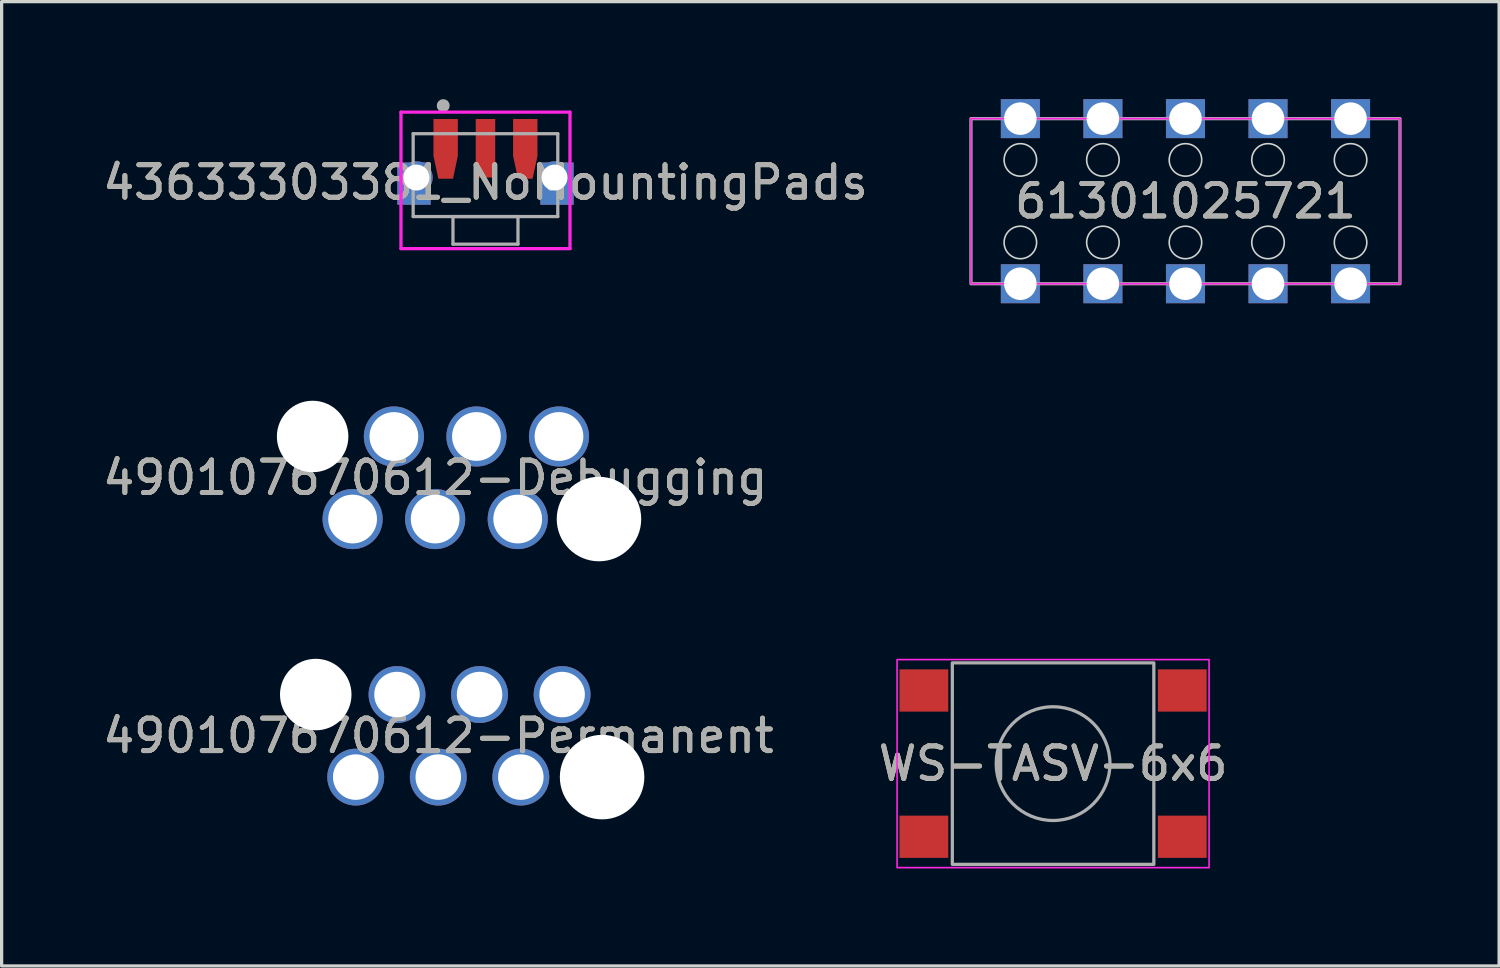
<source format=kicad_pcb>
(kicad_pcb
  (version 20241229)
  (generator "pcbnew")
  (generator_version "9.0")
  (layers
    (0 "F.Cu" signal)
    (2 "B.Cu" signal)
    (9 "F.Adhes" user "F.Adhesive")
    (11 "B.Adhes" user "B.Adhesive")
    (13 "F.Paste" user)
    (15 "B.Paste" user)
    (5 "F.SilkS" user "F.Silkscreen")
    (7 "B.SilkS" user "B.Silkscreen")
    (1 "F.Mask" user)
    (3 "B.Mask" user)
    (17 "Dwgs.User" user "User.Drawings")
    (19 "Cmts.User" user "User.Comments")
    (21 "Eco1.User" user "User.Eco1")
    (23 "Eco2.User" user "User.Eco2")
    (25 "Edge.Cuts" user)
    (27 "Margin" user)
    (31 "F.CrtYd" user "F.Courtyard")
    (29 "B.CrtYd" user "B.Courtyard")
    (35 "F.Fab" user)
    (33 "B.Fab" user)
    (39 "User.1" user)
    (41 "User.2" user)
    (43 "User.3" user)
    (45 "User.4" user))
  (footprint "61301025721"
    (layer "F.Cu")
    (at 33.424 3.14)
    (property "Reference" "61301025721" (at 0 0 0) (unlocked yes) (layer "F.SilkS") (effects (font (size 1 1) (thickness 0.15))))
    (attr through_hole)
    (fp_circle (center -5.08 -1.27) (end -4.58 -1.27) (stroke (width 0.05) (type solid)) (fill no) (layer "Edge.Cuts"))
    (fp_circle (center -5.08 1.27) (end -4.58 1.27) (stroke (width 0.05) (type solid)) (fill no) (layer "Edge.Cuts"))
    (fp_circle (center -2.54 -1.27) (end -2.04 -1.27) (stroke (width 0.05) (type solid)) (fill no) (layer "Edge.Cuts"))
    (fp_circle (center -2.54 1.27) (end -2.04 1.27) (stroke (width 0.05) (type solid)) (fill no) (layer "Edge.Cuts"))
    (fp_circle (center 0 -1.27) (end 0.5 -1.27) (stroke (width 0.05) (type solid)) (fill no) (layer "Edge.Cuts"))
    (fp_circle (center 0 1.27) (end 0.5 1.27) (stroke (width 0.05) (type solid)) (fill no) (layer "Edge.Cuts"))
    (fp_circle (center 2.54 -1.27) (end 3.04 -1.27) (stroke (width 0.05) (type solid)) (fill no) (layer "Edge.Cuts"))
    (fp_circle (center 2.54 1.27) (end 3.04 1.27) (stroke (width 0.05) (type solid)) (fill no) (layer "Edge.Cuts"))
    (fp_circle (center 5.08 -1.27) (end 5.58 -1.27) (stroke (width 0.05) (type solid)) (fill no) (layer "Edge.Cuts"))
    (fp_circle (center 5.08 1.27) (end 5.58 1.27) (stroke (width 0.05) (type solid)) (fill no) (layer "Edge.Cuts"))
    (fp_rect (start -6.6 -2.54) (end 6.6 2.54) (stroke (width 0.05) (type default)) (fill no) (layer "F.CrtYd"))
    (fp_rect (start -6.6 -2.54) (end 6.6 2.54) (stroke (width 0.1) (type default)) (fill no) (layer "F.Fab"))
    (fp_text user "${REFERENCE}" (at 0 0 0) (unlocked yes) (layer "F.Fab") (effects (font (size 1 1) (thickness 0.15))))
    (pad "1" thru_hole rect (at -5.08 2.54) (size 1.2 1.2) (drill 1) (layers "*.Cu" "*.Mask"))
    (pad "2" thru_hole rect (at -5.08 -2.54) (size 1.2 1.2) (drill 1) (layers "*.Cu" "*.Mask"))
    (pad "3" thru_hole rect (at -2.54 2.54) (size 1.2 1.2) (drill 1) (layers "*.Cu" "*.Mask"))
    (pad "4" thru_hole rect (at -2.54 -2.54) (size 1.2 1.2) (drill 1) (layers "*.Cu" "*.Mask"))
    (pad "5" thru_hole rect (at 0 2.54) (size 1.2 1.2) (drill 1) (layers "*.Cu" "*.Mask"))
    (pad "6" thru_hole rect (at 0 -2.54) (size 1.2 1.2) (drill 1) (layers "*.Cu" "*.Mask"))
    (pad "7" thru_hole rect (at 2.54 2.54) (size 1.2 1.2) (drill 1) (layers "*.Cu" "*.Mask"))
    (pad "8" thru_hole rect (at 2.54 -2.54) (size 1.2 1.2) (drill 1) (layers "*.Cu" "*.Mask"))
    (pad "9" thru_hole rect (at 5.08 2.54) (size 1.2 1.2) (drill 1) (layers "*.Cu" "*.Mask"))
    (pad "10" thru_hole rect (at 5.08 -2.54) (size 1.2 1.2) (drill 1) (layers "*.Cu" "*.Mask")))
  (footprint "490107670612-Permanent"
    (layer "F.Cu")
    (at 10.435 19.59)
    (property "Reference" "490107670612-Permanent" (at 0 0 0) (unlocked yes) (layer "F.SilkS") (effects (font (size 1 1) (thickness 0.15))))
    (attr smd)
    (fp_text user "${REFERENCE}" (at 0 0 0) (unlocked yes) (layer "F.Fab") (effects (font (size 1 1) (thickness 0.15))))
    (pad "" np_thru_hole circle (at -3.77 -1.27) (size 2.2 2.2) (drill 2.2) (layers "*.Cu" "*.Mask"))
    (pad "" np_thru_hole circle (at 5.04 1.27) (size 2.6 2.6) (drill 2.6) (layers "*.Cu" "*.Mask"))
    (pad "1" thru_hole circle (at 3.81 -1.27) (size 1.75 1.75) (drill 1.4) (layers "*.Cu" "*.Mask"))
    (pad "3" thru_hole circle (at 1.27 -1.27) (size 1.75 1.75) (drill 1.4) (layers "*.Cu" "*.Mask"))
    (pad "3" thru_hole circle (at 2.54 1.27) (size 1.75 1.75) (drill 1.4) (layers "*.Cu" "*.Mask"))
    (pad "4" thru_hole circle (at 0 1.27) (size 1.75 1.75) (drill 1.4) (layers "*.Cu" "*.Mask"))
    (pad "5" thru_hole circle (at -1.27 -1.27) (size 1.75 1.75) (drill 1.4) (layers "*.Cu" "*.Mask"))
    (pad "6" thru_hole circle (at -2.54 1.27) (size 1.75 1.75) (drill 1.4) (layers "*.Cu" "*.Mask")))
  (footprint "WS-TASV-6x6"
    (layer "F.Cu")
    (at 29.351 20.445)
    (property "Reference" "WS-TASV-6x6" (at 0 0 0) (unlocked yes) (layer "F.SilkS") (effects (font (size 1 1) (thickness 0.15))))
    (attr smd)
    (fp_rect (start -4.8 -3.2) (end 4.8 3.2) (stroke (width 0.05) (type default)) (fill no) (layer "F.CrtYd"))
    (fp_rect (start -3.1 -3.1) (end 3.1 3.1) (stroke (width 0.1) (type default)) (fill no) (layer "F.Fab"))
    (fp_circle (center 0 0) (end 1.75 0) (stroke (width 0.1) (type default)) (fill no) (layer "F.Fab"))
    (fp_text user "${REFERENCE}" (at 0 0 0) (unlocked yes) (layer "F.Fab") (effects (font (size 1 1) (thickness 0.15))))
    (pad "1" smd rect (at -3.975 -2.25) (size 1.5 1.3) (layers "F.Cu" "F.Mask" "F.Paste"))
    (pad "2" smd rect (at -3.975 2.25) (size 1.5 1.3) (layers "F.Cu" "F.Mask" "F.Paste"))
    (pad "3" smd rect (at 3.975 -2.25) (size 1.5 1.3) (layers "F.Cu" "F.Mask" "F.Paste"))
    (pad "4" smd rect (at 3.975 2.25) (size 1.5 1.3) (layers "F.Cu" "F.Mask" "F.Paste")))
  (footprint "43633303381_NoMountingPads"
    (layer "F.Cu")
    (at 11.887 2.5)
    (property "Reference" "43633303381_NoMountingPads" (at 0 0.063 0) (layer "F.SilkS") (effects (font (size 1 1) (thickness 0.15))))
    (attr through_hole)
    (fp_line (start -2.6 -2.1) (end 2.6 -2.1) (stroke (width 0.1) (type solid)) (layer "F.CrtYd"))
    (fp_line (start -2.6 2.1) (end -2.6 -2.1) (stroke (width 0.1) (type solid)) (layer "F.CrtYd"))
    (fp_line (start 2.6 -2.1) (end 2.6 2.1) (stroke (width 0.1) (type solid)) (layer "F.CrtYd"))
    (fp_line (start 2.6 2.1) (end -2.6 2.1) (stroke (width 0.1) (type solid)) (layer "F.CrtYd"))
    (fp_line (start -2.225 -1.437) (end -2.225 1.113) (stroke (width 0.1) (type solid)) (layer "F.Fab"))
    (fp_line (start -2.225 1.113) (end 2.225 1.113) (stroke (width 0.1) (type solid)) (layer "F.Fab"))
    (fp_line (start -1 1.113) (end -1 1.962) (stroke (width 0.1) (type solid)) (layer "F.Fab"))
    (fp_line (start -1 1.962) (end 1 1.962) (stroke (width 0.1) (type solid)) (layer "F.Fab"))
    (fp_line (start 1 1.113) (end -1 1.113) (stroke (width 0.1) (type solid)) (layer "F.Fab"))
    (fp_line (start 1 1.962) (end 1 1.113) (stroke (width 0.1) (type solid)) (layer "F.Fab"))
    (fp_line (start 2.225 -1.437) (end -2.225 -1.437) (stroke (width 0.1) (type solid)) (layer "F.Fab"))
    (fp_line (start 2.225 1.113) (end 2.225 -1.437) (stroke (width 0.1) (type solid)) (layer "F.Fab"))
    (fp_circle (center -1.3 -2.3) (end -1.2 -2.3) (stroke (width 0.2) (type solid)) (fill no) (layer "F.Fab"))
    (fp_text user "${REFERENCE}" (at 0 0.063 0) (layer "F.Fab") (effects (font (size 1 1) (thickness 0.15))))
    (pad "1" smd rect (at -1.225 -1.319) (size 0.75 1.138) (layers "F.Cu" "F.Mask" "F.Paste"))
    (pad "1" smd trapezoid (at -1.225 -0.4 180) (size 0.6 0.7) (rect_delta 0 0.15) (layers "F.Cu" "F.Mask" "F.Paste"))
    (pad "1" smd rect (at 1.225 -1.319) (size 0.75 1.138) (layers "F.Cu" "F.Mask" "F.Paste"))
    (pad "1" smd trapezoid (at 1.225 -0.4 180) (size 0.6 0.7) (rect_delta 0 0.15) (layers "F.Cu" "F.Mask" "F.Paste"))
    (pad "2" smd rect (at 0 -0.988) (size 0.6 1.8) (layers "F.Cu" "F.Mask" "F.Paste"))
    (pad "MH" smd rect (at -2.2 0.1 180) (size 1.025 1.3) (layers "F.Cu" "F.Mask" "F.Paste"))
    (pad "MH" smd rect (at -2.2 0.1 180) (size 1.025 1.3) (layers "B.Cu" "B.Mask" "B.Paste"))
    (pad "MH" thru_hole circle (at -2.125 -0.087) (size 1 1) (drill 0.8) (layers "*.Cu" "*.Mask"))
    (pad "MH" thru_hole circle (at 2.125 -0.087) (size 1 1) (drill 0.8) (layers "*.Cu" "*.Mask"))
    (pad "MH" smd rect (at 2.2 0.1 180) (size 1.025 1.3) (layers "F.Cu" "F.Mask" "F.Paste"))
    (pad "MH" smd rect (at 2.2 0.1 180) (size 1.025 1.3) (layers "B.Cu" "B.Mask" "B.Paste")))
  (footprint "490107670612-Debugging"
    (layer "F.Cu")
    (at 10.339 11.65)
    (property "Reference" "490107670612-Debugging" (at 0 0 0) (unlocked yes) (layer "F.SilkS") (effects (font (size 1 1) (thickness 0.15))))
    (attr smd)
    (fp_text user "${REFERENCE}" (at 0 0 0) (unlocked yes) (layer "F.Fab") (effects (font (size 1 1) (thickness 0.15))))
    (pad "" np_thru_hole circle (at -3.77 -1.27) (size 2.2 2.2) (drill 2.2) (layers "*.Cu" "*.Mask"))
    (pad "" np_thru_hole circle (at 5.04 1.27) (size 2.6 2.6) (drill 2.6) (layers "*.Cu" "*.Mask"))
    (pad "1" thru_hole circle (at 3.81 -1.27) (size 1.85 1.85) (drill 1.5) (layers "*.Cu" "*.Mask"))
    (pad "2" thru_hole circle (at 2.54 1.27) (size 1.85 1.85) (drill 1.5) (layers "*.Cu" "*.Mask"))
    (pad "3" thru_hole circle (at 1.27 -1.27) (size 1.85 1.85) (drill 1.5) (layers "*.Cu" "*.Mask"))
    (pad "4" thru_hole circle (at 0 1.27) (size 1.85 1.85) (drill 1.5) (layers "*.Cu" "*.Mask"))
    (pad "5" thru_hole circle (at -1.27 -1.27) (size 1.85 1.85) (drill 1.5) (layers "*.Cu" "*.Mask"))
    (pad "6" thru_hole circle (at -2.54 1.27) (size 1.85 1.85) (drill 1.5) (layers "*.Cu" "*.Mask")))
  (gr_rect
    (start -3 -3)
    (end 43.074 26.67)
    (stroke (width 0.1) (type default))
    (fill no)
    (layer "Edge.Cuts")))
</source>
